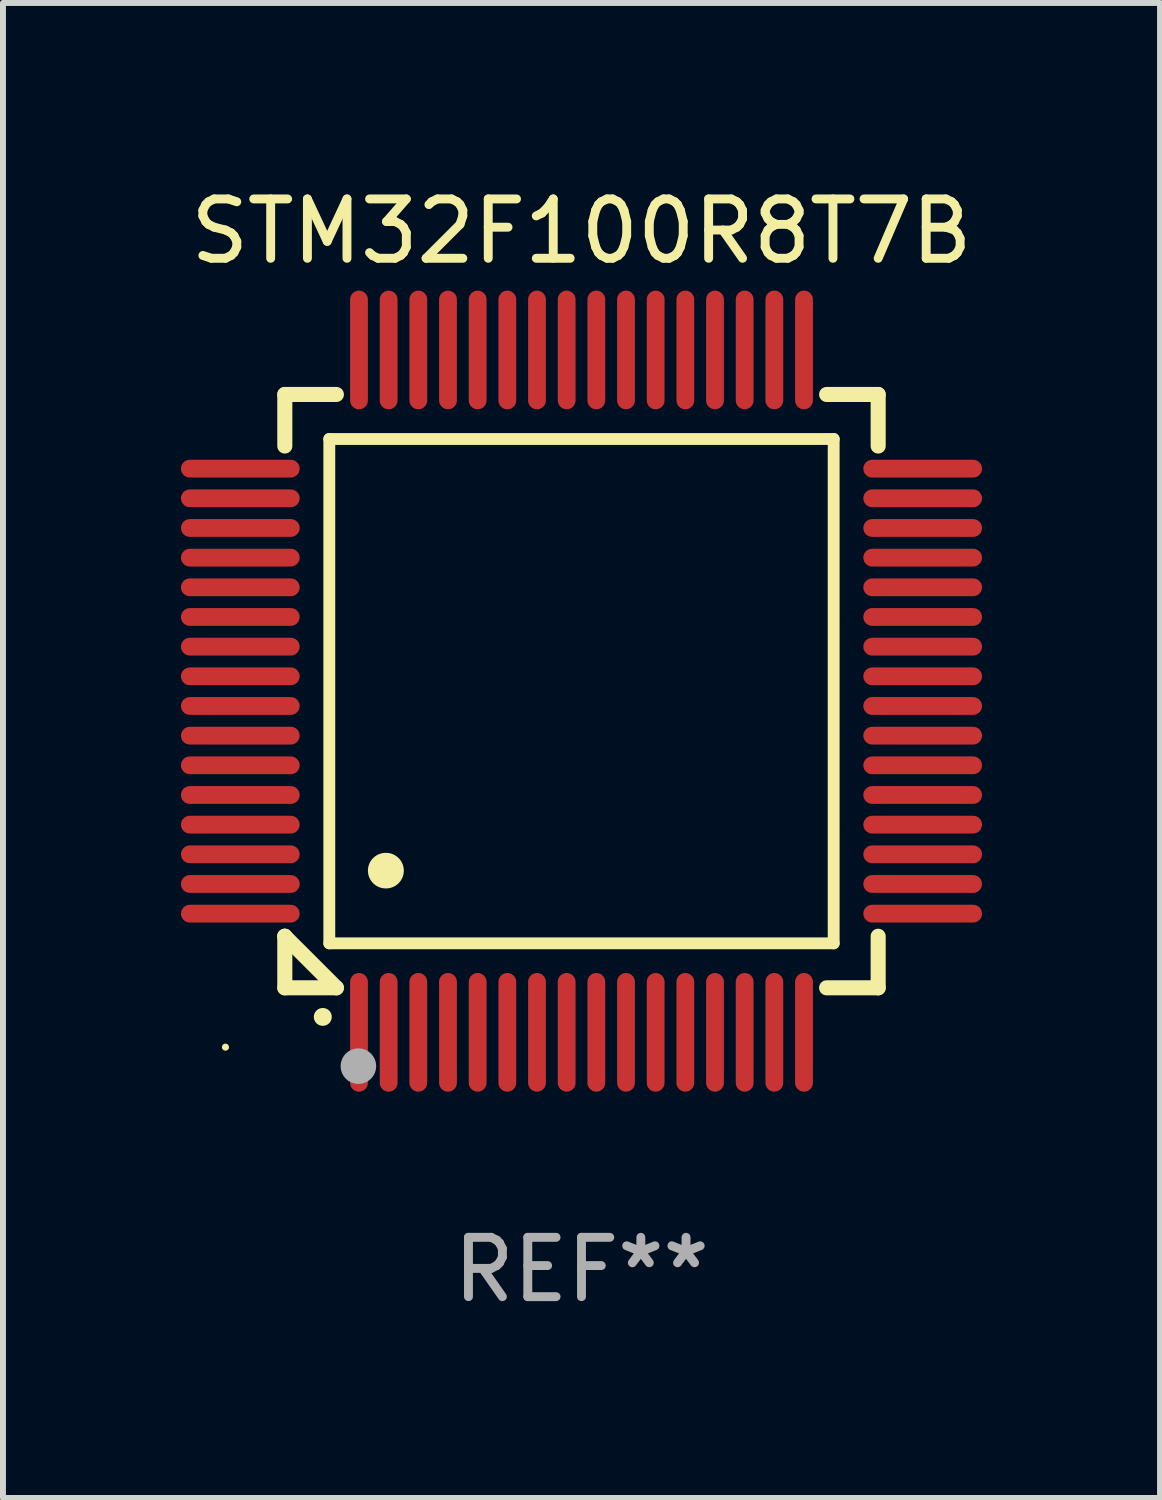
<source format=kicad_pcb>
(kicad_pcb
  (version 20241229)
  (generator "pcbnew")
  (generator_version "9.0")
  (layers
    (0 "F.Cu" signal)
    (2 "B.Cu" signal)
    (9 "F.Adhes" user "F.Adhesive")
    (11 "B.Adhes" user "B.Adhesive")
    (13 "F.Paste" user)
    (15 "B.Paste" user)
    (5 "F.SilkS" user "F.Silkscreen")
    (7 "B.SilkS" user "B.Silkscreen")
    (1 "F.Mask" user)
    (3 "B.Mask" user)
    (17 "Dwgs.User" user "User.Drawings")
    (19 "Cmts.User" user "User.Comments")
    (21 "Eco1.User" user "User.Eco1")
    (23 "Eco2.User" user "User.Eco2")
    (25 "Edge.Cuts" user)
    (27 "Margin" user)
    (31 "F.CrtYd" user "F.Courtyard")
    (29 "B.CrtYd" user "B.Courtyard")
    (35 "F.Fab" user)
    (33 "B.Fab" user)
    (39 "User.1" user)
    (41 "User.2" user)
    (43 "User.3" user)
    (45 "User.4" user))
  (footprint "STM32F100R8T7B"
    (layer "F.Cu")
    (at 6.75 8.598)
    (property "Reference" "STM32F100R8T7B" (at 0 -7.75 0) (layer "F.SilkS") (effects (font (size 1 1) (thickness 0.15))))
    (attr through_hole)
    (fp_line (start -5 -5) (end -4.131 -5) (stroke (width 0.254) (type solid)) (layer "F.SilkS"))
    (fp_line (start -5 -4.131) (end -5 -5) (stroke (width 0.254) (type solid)) (layer "F.SilkS"))
    (fp_line (start -5 4.131) (end -5 4.131) (stroke (width 0.254) (type solid)) (layer "F.SilkS"))
    (fp_line (start -5 5) (end -5 4.131) (stroke (width 0.254) (type solid)) (layer "F.SilkS"))
    (fp_line (start -5 4.131) (end -4.131 5) (stroke (width 0.254) (type solid)) (layer "F.SilkS"))
    (fp_line (start -4.25 -4.25) (end -4.25 4.25) (stroke (width 0.2) (type solid)) (layer "F.SilkS"))
    (fp_line (start -4.25 4.25) (end 4.25 4.25) (stroke (width 0.2) (type solid)) (layer "F.SilkS"))
    (fp_line (start -4.131 5) (end -5 5) (stroke (width 0.254) (type solid)) (layer "F.SilkS"))
    (fp_line (start 4.25 -4.25) (end -4.25 -4.25) (stroke (width 0.2) (type solid)) (layer "F.SilkS"))
    (fp_line (start 4.25 4.25) (end 4.25 -4.25) (stroke (width 0.2) (type solid)) (layer "F.SilkS"))
    (fp_line (start 5 -5) (end 4.131 -5) (stroke (width 0.254) (type solid)) (layer "F.SilkS"))
    (fp_line (start 5 -5) (end 5 -4.131) (stroke (width 0.254) (type solid)) (layer "F.SilkS"))
    (fp_line (start 5 4.131) (end 5 5) (stroke (width 0.254) (type solid)) (layer "F.SilkS"))
    (fp_line (start 5 5) (end 4.131 5) (stroke (width 0.254) (type solid)) (layer "F.SilkS"))
    (fp_arc (start -4.361265 5.489992) (mid -4.359995 5.489987) (end -4.358725 5.489992) (stroke (width 0.3) (type solid)) (layer "F.SilkS"))
    (fp_arc (start -3.299467 3.025146) (mid -3.296927 3.025135) (end -3.294387 3.025146) (stroke (width 0.6) (type solid)) (layer "F.SilkS"))
    (fp_circle (center -6 6) (end -5.97 6) (stroke (width 0.06) (type solid)) (fill no) (layer "F.SilkS"))
    (fp_circle (center -3.76 6.32) (end -3.61 6.32) (stroke (width 0.3) (type solid)) (fill no) (layer "F.Fab"))
    (fp_text user "REF**" (at 0 9.75 0) (layer "F.Fab") (effects (font (size 1 1) (thickness 0.15))))
    (pad "1" smd oval (at -3.75 5.75) (size 0.3 2) (layers "F.Cu" "F.Mask" "F.Paste"))
    (pad "2" smd oval (at -3.25 5.75) (size 0.3 2) (layers "F.Cu" "F.Mask" "F.Paste"))
    (pad "3" smd oval (at -2.75 5.75) (size 0.3 2) (layers "F.Cu" "F.Mask" "F.Paste"))
    (pad "4" smd oval (at -2.25 5.75) (size 0.3 2) (layers "F.Cu" "F.Mask" "F.Paste"))
    (pad "5" smd oval (at -1.75 5.75) (size 0.3 2) (layers "F.Cu" "F.Mask" "F.Paste"))
    (pad "6" smd oval (at -1.25 5.75) (size 0.3 2) (layers "F.Cu" "F.Mask" "F.Paste"))
    (pad "7" smd oval (at -0.75 5.75) (size 0.3 2) (layers "F.Cu" "F.Mask" "F.Paste"))
    (pad "8" smd oval (at -0.25 5.75) (size 0.3 2) (layers "F.Cu" "F.Mask" "F.Paste"))
    (pad "9" smd oval (at 0.25 5.75) (size 0.3 2) (layers "F.Cu" "F.Mask" "F.Paste"))
    (pad "10" smd oval (at 0.75 5.75) (size 0.3 2) (layers "F.Cu" "F.Mask" "F.Paste"))
    (pad "11" smd oval (at 1.25 5.75) (size 0.3 2) (layers "F.Cu" "F.Mask" "F.Paste"))
    (pad "12" smd oval (at 1.75 5.75) (size 0.3 2) (layers "F.Cu" "F.Mask" "F.Paste"))
    (pad "13" smd oval (at 2.25 5.75) (size 0.3 2) (layers "F.Cu" "F.Mask" "F.Paste"))
    (pad "14" smd oval (at 2.75 5.75) (size 0.3 2) (layers "F.Cu" "F.Mask" "F.Paste"))
    (pad "15" smd oval (at 3.25 5.75) (size 0.3 2) (layers "F.Cu" "F.Mask" "F.Paste"))
    (pad "16" smd oval (at 3.75 5.75) (size 0.3 2) (layers "F.Cu" "F.Mask" "F.Paste"))
    (pad "17" smd oval (at 5.75 3.75) (size 2 0.3) (layers "F.Cu" "F.Mask" "F.Paste"))
    (pad "18" smd oval (at 5.75 3.25) (size 2 0.3) (layers "F.Cu" "F.Mask" "F.Paste"))
    (pad "19" smd oval (at 5.75 2.75) (size 2 0.3) (layers "F.Cu" "F.Mask" "F.Paste"))
    (pad "20" smd oval (at 5.75 2.25) (size 2 0.3) (layers "F.Cu" "F.Mask" "F.Paste"))
    (pad "21" smd oval (at 5.75 1.75) (size 2 0.3) (layers "F.Cu" "F.Mask" "F.Paste"))
    (pad "22" smd oval (at 5.75 1.25) (size 2 0.3) (layers "F.Cu" "F.Mask" "F.Paste"))
    (pad "23" smd oval (at 5.75 0.75) (size 2 0.3) (layers "F.Cu" "F.Mask" "F.Paste"))
    (pad "24" smd oval (at 5.75 0.25) (size 2 0.3) (layers "F.Cu" "F.Mask" "F.Paste"))
    (pad "25" smd oval (at 5.75 -0.25) (size 2 0.3) (layers "F.Cu" "F.Mask" "F.Paste"))
    (pad "26" smd oval (at 5.75 -0.75) (size 2 0.3) (layers "F.Cu" "F.Mask" "F.Paste"))
    (pad "27" smd oval (at 5.75 -1.25) (size 2 0.3) (layers "F.Cu" "F.Mask" "F.Paste"))
    (pad "28" smd oval (at 5.75 -1.75) (size 2 0.3) (layers "F.Cu" "F.Mask" "F.Paste"))
    (pad "29" smd oval (at 5.75 -2.25) (size 2 0.3) (layers "F.Cu" "F.Mask" "F.Paste"))
    (pad "30" smd oval (at 5.75 -2.75) (size 2 0.3) (layers "F.Cu" "F.Mask" "F.Paste"))
    (pad "31" smd oval (at 5.75 -3.25) (size 2 0.3) (layers "F.Cu" "F.Mask" "F.Paste"))
    (pad "32" smd oval (at 5.75 -3.75) (size 2 0.3) (layers "F.Cu" "F.Mask" "F.Paste"))
    (pad "33" smd oval (at 3.75 -5.75) (size 0.3 2) (layers "F.Cu" "F.Mask" "F.Paste"))
    (pad "34" smd oval (at 3.25 -5.75) (size 0.3 2) (layers "F.Cu" "F.Mask" "F.Paste"))
    (pad "35" smd oval (at 2.75 -5.75) (size 0.3 2) (layers "F.Cu" "F.Mask" "F.Paste"))
    (pad "36" smd oval (at 2.25 -5.75) (size 0.3 2) (layers "F.Cu" "F.Mask" "F.Paste"))
    (pad "37" smd oval (at 1.75 -5.75) (size 0.3 2) (layers "F.Cu" "F.Mask" "F.Paste"))
    (pad "38" smd oval (at 1.25 -5.75) (size 0.3 2) (layers "F.Cu" "F.Mask" "F.Paste"))
    (pad "39" smd oval (at 0.75 -5.75) (size 0.3 2) (layers "F.Cu" "F.Mask" "F.Paste"))
    (pad "40" smd oval (at 0.25 -5.75) (size 0.3 2) (layers "F.Cu" "F.Mask" "F.Paste"))
    (pad "41" smd oval (at -0.25 -5.75) (size 0.3 2) (layers "F.Cu" "F.Mask" "F.Paste"))
    (pad "42" smd oval (at -0.75 -5.75) (size 0.3 2) (layers "F.Cu" "F.Mask" "F.Paste"))
    (pad "43" smd oval (at -1.25 -5.75) (size 0.3 2) (layers "F.Cu" "F.Mask" "F.Paste"))
    (pad "44" smd oval (at -1.75 -5.75) (size 0.3 2) (layers "F.Cu" "F.Mask" "F.Paste"))
    (pad "45" smd oval (at -2.25 -5.75) (size 0.3 2) (layers "F.Cu" "F.Mask" "F.Paste"))
    (pad "46" smd oval (at -2.75 -5.75) (size 0.3 2) (layers "F.Cu" "F.Mask" "F.Paste"))
    (pad "47" smd oval (at -3.25 -5.75) (size 0.3 2) (layers "F.Cu" "F.Mask" "F.Paste"))
    (pad "48" smd oval (at -3.75 -5.75) (size 0.3 2) (layers "F.Cu" "F.Mask" "F.Paste"))
    (pad "49" smd oval (at -5.75 -3.75) (size 2 0.3) (layers "F.Cu" "F.Mask" "F.Paste"))
    (pad "50" smd oval (at -5.75 -3.25) (size 2 0.3) (layers "F.Cu" "F.Mask" "F.Paste"))
    (pad "51" smd oval (at -5.75 -2.75) (size 2 0.3) (layers "F.Cu" "F.Mask" "F.Paste"))
    (pad "52" smd oval (at -5.75 -2.25) (size 2 0.3) (layers "F.Cu" "F.Mask" "F.Paste"))
    (pad "53" smd oval (at -5.75 -1.75) (size 2 0.3) (layers "F.Cu" "F.Mask" "F.Paste"))
    (pad "54" smd oval (at -5.75 -1.25) (size 2 0.3) (layers "F.Cu" "F.Mask" "F.Paste"))
    (pad "55" smd oval (at -5.75 -0.75) (size 2 0.3) (layers "F.Cu" "F.Mask" "F.Paste"))
    (pad "56" smd oval (at -5.75 -0.25) (size 2 0.3) (layers "F.Cu" "F.Mask" "F.Paste"))
    (pad "57" smd oval (at -5.75 0.25) (size 2 0.3) (layers "F.Cu" "F.Mask" "F.Paste"))
    (pad "58" smd oval (at -5.75 0.75) (size 2 0.3) (layers "F.Cu" "F.Mask" "F.Paste"))
    (pad "59" smd oval (at -5.75 1.25) (size 2 0.3) (layers "F.Cu" "F.Mask" "F.Paste"))
    (pad "60" smd oval (at -5.75 1.75) (size 2 0.3) (layers "F.Cu" "F.Mask" "F.Paste"))
    (pad "61" smd oval (at -5.75 2.25) (size 2 0.3) (layers "F.Cu" "F.Mask" "F.Paste"))
    (pad "62" smd oval (at -5.75 2.75) (size 2 0.3) (layers "F.Cu" "F.Mask" "F.Paste"))
    (pad "63" smd oval (at -5.75 3.25) (size 2 0.3) (layers "F.Cu" "F.Mask" "F.Paste"))
    (pad "64" smd oval (at -5.75 3.75) (size 2 0.3) (layers "F.Cu" "F.Mask" "F.Paste")))
  (gr_rect
    (start -3 -3)
    (end 16.5 22.196)
    (stroke (width 0.1) (type default))
    (fill no)
    (layer "Edge.Cuts")))
</source>
